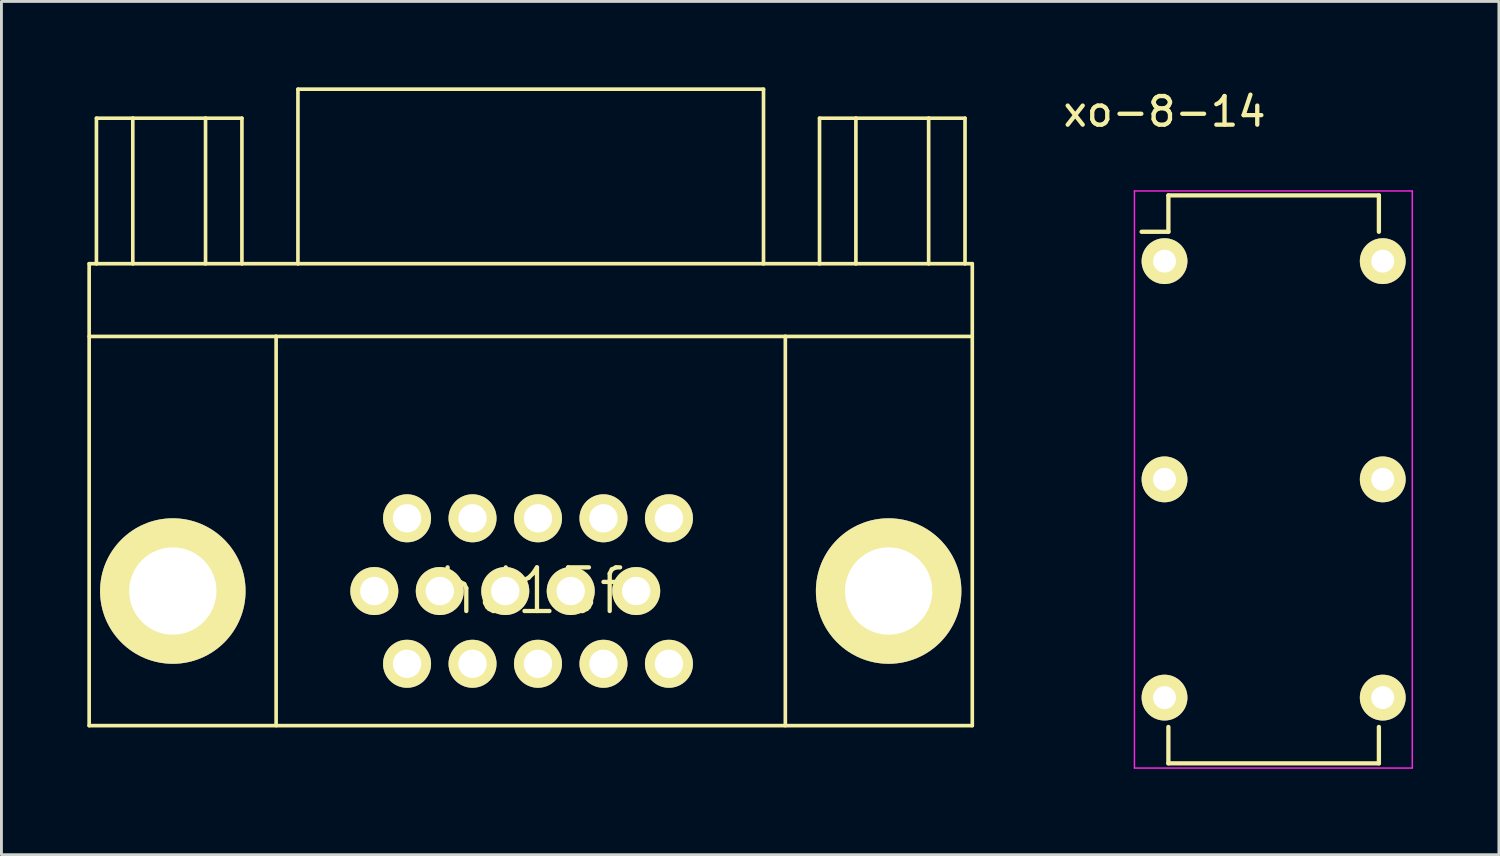
<source format=kicad_pcb>
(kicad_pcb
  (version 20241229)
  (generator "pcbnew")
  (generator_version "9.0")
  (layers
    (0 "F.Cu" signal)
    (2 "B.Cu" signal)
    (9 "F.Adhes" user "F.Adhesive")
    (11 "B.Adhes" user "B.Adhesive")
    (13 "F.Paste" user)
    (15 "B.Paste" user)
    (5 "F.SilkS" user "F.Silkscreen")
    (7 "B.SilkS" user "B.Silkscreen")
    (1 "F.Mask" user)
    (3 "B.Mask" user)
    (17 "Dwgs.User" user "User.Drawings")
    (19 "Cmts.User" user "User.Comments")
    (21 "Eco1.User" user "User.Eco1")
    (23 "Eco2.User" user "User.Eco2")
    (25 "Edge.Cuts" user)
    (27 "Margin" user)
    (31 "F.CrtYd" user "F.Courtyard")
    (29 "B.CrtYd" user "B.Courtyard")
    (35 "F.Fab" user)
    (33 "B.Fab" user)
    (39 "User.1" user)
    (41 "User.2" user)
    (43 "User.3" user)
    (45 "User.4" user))
  (footprint "hd15f"
    (layer "F.Cu")
    (at 15.481 17.587)
    (property "Reference" "hd15f" (at 0 0 0) (layer "F.SilkS") (effects (font (size 1.524 1.524) (thickness 0.15))))
    (attr exclude_from_pos_files exclude_from_bom)
    (fp_line (start -15.418 -11.43) (end -15.418 4.699) (stroke (width 0.127) (type solid)) (layer "F.SilkS"))
    (fp_line (start -15.164 -16.51) (end -15.164 -11.43) (stroke (width 0.127) (type solid)) (layer "F.SilkS"))
    (fp_line (start -15.164 -16.51) (end -13.894 -16.51) (stroke (width 0.127) (type solid)) (layer "F.SilkS"))
    (fp_line (start -15.164 -11.43) (end -15.418 -11.43) (stroke (width 0.127) (type solid)) (layer "F.SilkS"))
    (fp_line (start -13.894 -16.51) (end -13.894 -11.43) (stroke (width 0.127) (type solid)) (layer "F.SilkS"))
    (fp_line (start -13.894 -16.51) (end -11.354 -16.51) (stroke (width 0.127) (type solid)) (layer "F.SilkS"))
    (fp_line (start -13.894 -11.43) (end -15.164 -11.43) (stroke (width 0.127) (type solid)) (layer "F.SilkS"))
    (fp_line (start -11.354 -16.51) (end -11.354 -11.43) (stroke (width 0.127) (type solid)) (layer "F.SilkS"))
    (fp_line (start -11.354 -16.51) (end -10.084 -16.51) (stroke (width 0.127) (type solid)) (layer "F.SilkS"))
    (fp_line (start -11.354 -11.43) (end -13.894 -11.43) (stroke (width 0.127) (type solid)) (layer "F.SilkS"))
    (fp_line (start -10.084 -16.51) (end -10.084 -11.43) (stroke (width 0.127) (type solid)) (layer "F.SilkS"))
    (fp_line (start -10.084 -11.43) (end -11.354 -11.43) (stroke (width 0.127) (type solid)) (layer "F.SilkS"))
    (fp_line (start -8.89 -8.89) (end -15.418 -8.89) (stroke (width 0.127) (type solid)) (layer "F.SilkS"))
    (fp_line (start -8.89 -8.89) (end -8.89 4.699) (stroke (width 0.127) (type solid)) (layer "F.SilkS"))
    (fp_line (start -8.128 -17.523) (end -8.128 -11.43) (stroke (width 0.127) (type solid)) (layer "F.SilkS"))
    (fp_line (start -8.128 -11.43) (end -10.084 -11.43) (stroke (width 0.127) (type solid)) (layer "F.SilkS"))
    (fp_line (start 8.128 -17.523) (end -8.128 -17.523) (stroke (width 0.127) (type solid)) (layer "F.SilkS"))
    (fp_line (start 8.128 -17.523) (end 8.128 -11.43) (stroke (width 0.127) (type solid)) (layer "F.SilkS"))
    (fp_line (start 8.128 -11.43) (end -8.128 -11.43) (stroke (width 0.127) (type solid)) (layer "F.SilkS"))
    (fp_line (start 8.89 -8.89) (end -8.89 -8.89) (stroke (width 0.127) (type solid)) (layer "F.SilkS"))
    (fp_line (start 8.89 -8.89) (end 8.89 4.699) (stroke (width 0.127) (type solid)) (layer "F.SilkS"))
    (fp_line (start 10.084 -16.51) (end 10.084 -11.43) (stroke (width 0.127) (type solid)) (layer "F.SilkS"))
    (fp_line (start 10.084 -11.43) (end 8.128 -11.43) (stroke (width 0.127) (type solid)) (layer "F.SilkS"))
    (fp_line (start 11.354 -16.51) (end 10.084 -16.51) (stroke (width 0.127) (type solid)) (layer "F.SilkS"))
    (fp_line (start 11.354 -16.51) (end 11.354 -11.43) (stroke (width 0.127) (type solid)) (layer "F.SilkS"))
    (fp_line (start 11.354 -11.43) (end 10.084 -11.43) (stroke (width 0.127) (type solid)) (layer "F.SilkS"))
    (fp_line (start 13.894 -16.51) (end 11.354 -16.51) (stroke (width 0.127) (type solid)) (layer "F.SilkS"))
    (fp_line (start 13.894 -16.51) (end 13.894 -11.43) (stroke (width 0.127) (type solid)) (layer "F.SilkS"))
    (fp_line (start 13.894 -11.43) (end 11.354 -11.43) (stroke (width 0.127) (type solid)) (layer "F.SilkS"))
    (fp_line (start 15.164 -16.51) (end 13.894 -16.51) (stroke (width 0.127) (type solid)) (layer "F.SilkS"))
    (fp_line (start 15.164 -16.51) (end 15.164 -11.43) (stroke (width 0.127) (type solid)) (layer "F.SilkS"))
    (fp_line (start 15.164 -11.43) (end 13.894 -11.43) (stroke (width 0.127) (type solid)) (layer "F.SilkS"))
    (fp_line (start 15.418 -11.43) (end 15.164 -11.43) (stroke (width 0.127) (type solid)) (layer "F.SilkS"))
    (fp_line (start 15.418 -11.43) (end 15.418 4.699) (stroke (width 0.127) (type solid)) (layer "F.SilkS"))
    (fp_line (start 15.418 -8.89) (end 8.89 -8.89) (stroke (width 0.127) (type solid)) (layer "F.SilkS"))
    (fp_line (start 15.418 4.699) (end -15.418 4.699) (stroke (width 0.127) (type solid)) (layer "F.SilkS"))
    (pad "1" thru_hole circle (at -4.318 2.54) (size 1.676 1.676) (drill 0.991) (layers "*.Cu" "*.Mask" "F.SilkS"))
    (pad "2" thru_hole circle (at -2.032 2.54) (size 1.676 1.676) (drill 0.991) (layers "*.Cu" "*.Mask" "F.SilkS"))
    (pad "3" thru_hole circle (at 0.254 2.54) (size 1.676 1.676) (drill 0.991) (layers "*.Cu" "*.Mask" "F.SilkS"))
    (pad "4" thru_hole circle (at 2.54 2.54) (size 1.676 1.676) (drill 0.991) (layers "*.Cu" "*.Mask" "F.SilkS"))
    (pad "5" thru_hole circle (at 4.826 2.54) (size 1.676 1.676) (drill 0.991) (layers "*.Cu" "*.Mask" "F.SilkS"))
    (pad "6" thru_hole circle (at -5.461 0) (size 1.676 1.676) (drill 0.991) (layers "*.Cu" "*.Mask" "F.SilkS"))
    (pad "7" thru_hole circle (at -3.175 0) (size 1.676 1.676) (drill 0.991) (layers "*.Cu" "*.Mask" "F.SilkS"))
    (pad "8" thru_hole circle (at -0.889 0) (size 1.676 1.676) (drill 0.991) (layers "*.Cu" "*.Mask" "F.SilkS"))
    (pad "9" thru_hole circle (at 1.397 0) (size 1.676 1.676) (drill 0.991) (layers "*.Cu" "*.Mask" "F.SilkS"))
    (pad "10" thru_hole circle (at 3.683 0) (size 1.676 1.676) (drill 0.991) (layers "*.Cu" "*.Mask" "F.SilkS"))
    (pad "11" thru_hole circle (at -4.318 -2.54) (size 1.676 1.676) (drill 0.991) (layers "*.Cu" "*.Mask" "F.SilkS"))
    (pad "12" thru_hole circle (at -2.032 -2.54) (size 1.676 1.676) (drill 0.991) (layers "*.Cu" "*.Mask" "F.SilkS"))
    (pad "13" thru_hole circle (at 0.254 -2.54) (size 1.676 1.676) (drill 0.991) (layers "*.Cu" "*.Mask" "F.SilkS"))
    (pad "14" thru_hole circle (at 2.54 -2.54) (size 1.676 1.676) (drill 0.991) (layers "*.Cu" "*.Mask" "F.SilkS"))
    (pad "15" thru_hole circle (at 4.826 -2.54) (size 1.676 1.676) (drill 0.991) (layers "*.Cu" "*.Mask" "F.SilkS"))
    (pad "SH1" thru_hole circle (at -12.497 0) (size 5.08 5.08) (drill 3.048) (layers "*.Cu" "*.Mask" "F.SilkS"))
    (pad "SH2" thru_hole circle (at 12.497 0) (size 5.08 5.08) (drill 3.048) (layers "*.Cu" "*.Mask" "F.SilkS")))
  (footprint "xo-8-14"
    (layer "F.Cu")
    (at 37.611 6.068)
    (property "Reference" "xo-8-14" (at 0 -5.22 0) (layer "F.SilkS") (effects (font (size 1 1) (thickness 0.15))))
    (attr through_hole)
    (fp_line (start 0.135 -2.295) (end 0.135 -1.025) (stroke (width 0.15) (type solid)) (layer "F.SilkS"))
    (fp_line (start 0.135 -2.295) (end 7.485 -2.295) (stroke (width 0.15) (type solid)) (layer "F.SilkS"))
    (fp_line (start 0.135 -1.025) (end -0.8 -1.025) (stroke (width 0.15) (type solid)) (layer "F.SilkS"))
    (fp_line (start 0.135 17.535) (end 0.135 16.265) (stroke (width 0.15) (type solid)) (layer "F.SilkS"))
    (fp_line (start 0.135 17.535) (end 7.485 17.535) (stroke (width 0.15) (type solid)) (layer "F.SilkS"))
    (fp_line (start 7.485 -2.295) (end 7.485 -1.025) (stroke (width 0.15) (type solid)) (layer "F.SilkS"))
    (fp_line (start 7.485 17.535) (end 7.485 16.265) (stroke (width 0.15) (type solid)) (layer "F.SilkS"))
    (fp_line (start -1.05 -2.45) (end -1.05 17.7) (stroke (width 0.05) (type solid)) (layer "F.CrtYd"))
    (fp_line (start -1.05 -2.45) (end 8.65 -2.45) (stroke (width 0.05) (type solid)) (layer "F.CrtYd"))
    (fp_line (start -1.05 17.7) (end 8.65 17.7) (stroke (width 0.05) (type solid)) (layer "F.CrtYd"))
    (fp_line (start 8.65 -2.45) (end 8.65 17.7) (stroke (width 0.05) (type solid)) (layer "F.CrtYd"))
    (pad "1" thru_hole oval (at 0 0) (size 1.6 1.6) (drill 0.8) (layers "*.Cu" "*.Mask" "F.SilkS"))
    (pad "1" thru_hole oval (at 0 7.62) (size 1.6 1.6) (drill 0.8) (layers "*.Cu" "*.Mask" "F.SilkS"))
    (pad "7" thru_hole oval (at 0 15.24) (size 1.6 1.6) (drill 0.8) (layers "*.Cu" "*.Mask" "F.SilkS"))
    (pad "8" thru_hole oval (at 7.62 15.24) (size 1.6 1.6) (drill 0.8) (layers "*.Cu" "*.Mask" "F.SilkS"))
    (pad "14" thru_hole oval (at 7.62 0) (size 1.6 1.6) (drill 0.8) (layers "*.Cu" "*.Mask" "F.SilkS"))
    (pad "14" thru_hole oval (at 7.62 7.62) (size 1.6 1.6) (drill 0.8) (layers "*.Cu" "*.Mask" "F.SilkS")))
  (gr_rect
    (start -3 -3)
    (end 49.286 26.793)
    (stroke (width 0.1) (type default))
    (fill no)
    (layer "Edge.Cuts")))
</source>
